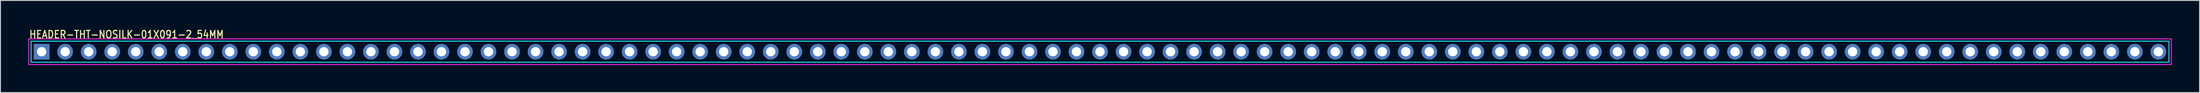
<source format=kicad_pcb>
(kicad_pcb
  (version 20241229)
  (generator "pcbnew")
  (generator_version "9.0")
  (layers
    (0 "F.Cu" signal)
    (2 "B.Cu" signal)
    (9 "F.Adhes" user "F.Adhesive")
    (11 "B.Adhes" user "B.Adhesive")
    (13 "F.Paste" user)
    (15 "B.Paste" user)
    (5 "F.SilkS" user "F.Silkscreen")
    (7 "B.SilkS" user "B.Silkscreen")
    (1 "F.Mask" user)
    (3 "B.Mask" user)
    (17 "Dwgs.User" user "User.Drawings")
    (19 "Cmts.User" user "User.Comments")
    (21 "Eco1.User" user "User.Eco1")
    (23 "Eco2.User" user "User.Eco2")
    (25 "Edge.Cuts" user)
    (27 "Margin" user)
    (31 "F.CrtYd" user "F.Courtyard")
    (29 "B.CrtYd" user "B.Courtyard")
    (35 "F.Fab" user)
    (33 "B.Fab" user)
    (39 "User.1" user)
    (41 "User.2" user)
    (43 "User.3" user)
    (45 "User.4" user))
  (footprint "HEADER-THT-NOSILK-01X091-2_54MM"
    (layer "F.Cu")
    (at 1.447 2.579)
    (property "Reference" "HEADER-THT-NOSILK-01X091-2_54MM" (at -1.4 -1.4 0) (unlocked yes) (layer "F.SilkS") (effects (font (size 0.813 0.695) (thickness 0.122)) (justify left bottom)))
    (fp_poly (pts (xy -1.143 -1.143) (xy 229.743 -1.143) (xy 229.743 1.143) (xy -1.143 1.143)) (stroke (width 0.1) (type solid)) (fill no) (layer "B.CrtYd"))
    (fp_poly (pts (xy -1.397 -1.397) (xy 229.997 -1.397) (xy 229.997 1.397) (xy -1.397 1.397)) (stroke (width 0.1) (type solid)) (fill no) (layer "F.CrtYd"))
    (pad "1" thru_hole rect (at 0 0) (size 1.693 1.693) (drill 1.016) (layers "*.Cu" "*.Mask"))
    (pad "2" thru_hole oval (at 2.54 0) (size 1.693 1.693) (drill 1.016) (layers "*.Cu" "*.Mask"))
    (pad "3" thru_hole oval (at 5.08 0) (size 1.693 1.693) (drill 1.016) (layers "*.Cu" "*.Mask"))
    (pad "4" thru_hole oval (at 7.62 0) (size 1.693 1.693) (drill 1.016) (layers "*.Cu" "*.Mask"))
    (pad "5" thru_hole oval (at 10.16 0) (size 1.693 1.693) (drill 1.016) (layers "*.Cu" "*.Mask"))
    (pad "6" thru_hole oval (at 12.7 0) (size 1.693 1.693) (drill 1.016) (layers "*.Cu" "*.Mask"))
    (pad "7" thru_hole oval (at 15.24 0) (size 1.693 1.693) (drill 1.016) (layers "*.Cu" "*.Mask"))
    (pad "8" thru_hole oval (at 17.78 0) (size 1.693 1.693) (drill 1.016) (layers "*.Cu" "*.Mask"))
    (pad "9" thru_hole oval (at 20.32 0) (size 1.693 1.693) (drill 1.016) (layers "*.Cu" "*.Mask"))
    (pad "10" thru_hole oval (at 22.86 0) (size 1.693 1.693) (drill 1.016) (layers "*.Cu" "*.Mask"))
    (pad "11" thru_hole oval (at 25.4 0) (size 1.693 1.693) (drill 1.016) (layers "*.Cu" "*.Mask"))
    (pad "12" thru_hole oval (at 27.94 0) (size 1.693 1.693) (drill 1.016) (layers "*.Cu" "*.Mask"))
    (pad "13" thru_hole oval (at 30.48 0) (size 1.693 1.693) (drill 1.016) (layers "*.Cu" "*.Mask"))
    (pad "14" thru_hole oval (at 33.02 0) (size 1.693 1.693) (drill 1.016) (layers "*.Cu" "*.Mask"))
    (pad "15" thru_hole oval (at 35.56 0) (size 1.693 1.693) (drill 1.016) (layers "*.Cu" "*.Mask"))
    (pad "16" thru_hole oval (at 38.1 0) (size 1.693 1.693) (drill 1.016) (layers "*.Cu" "*.Mask"))
    (pad "17" thru_hole oval (at 40.64 0) (size 1.693 1.693) (drill 1.016) (layers "*.Cu" "*.Mask"))
    (pad "18" thru_hole oval (at 43.18 0) (size 1.693 1.693) (drill 1.016) (layers "*.Cu" "*.Mask"))
    (pad "19" thru_hole oval (at 45.72 0) (size 1.693 1.693) (drill 1.016) (layers "*.Cu" "*.Mask"))
    (pad "20" thru_hole oval (at 48.26 0) (size 1.693 1.693) (drill 1.016) (layers "*.Cu" "*.Mask"))
    (pad "21" thru_hole oval (at 50.8 0) (size 1.693 1.693) (drill 1.016) (layers "*.Cu" "*.Mask"))
    (pad "22" thru_hole oval (at 53.34 0) (size 1.693 1.693) (drill 1.016) (layers "*.Cu" "*.Mask"))
    (pad "23" thru_hole oval (at 55.88 0) (size 1.693 1.693) (drill 1.016) (layers "*.Cu" "*.Mask"))
    (pad "24" thru_hole oval (at 58.42 0) (size 1.693 1.693) (drill 1.016) (layers "*.Cu" "*.Mask"))
    (pad "25" thru_hole oval (at 60.96 0) (size 1.693 1.693) (drill 1.016) (layers "*.Cu" "*.Mask"))
    (pad "26" thru_hole oval (at 63.5 0) (size 1.693 1.693) (drill 1.016) (layers "*.Cu" "*.Mask"))
    (pad "27" thru_hole oval (at 66.04 0) (size 1.693 1.693) (drill 1.016) (layers "*.Cu" "*.Mask"))
    (pad "28" thru_hole oval (at 68.58 0) (size 1.693 1.693) (drill 1.016) (layers "*.Cu" "*.Mask"))
    (pad "29" thru_hole oval (at 71.12 0) (size 1.693 1.693) (drill 1.016) (layers "*.Cu" "*.Mask"))
    (pad "30" thru_hole oval (at 73.66 0) (size 1.693 1.693) (drill 1.016) (layers "*.Cu" "*.Mask"))
    (pad "31" thru_hole oval (at 76.2 0) (size 1.693 1.693) (drill 1.016) (layers "*.Cu" "*.Mask"))
    (pad "32" thru_hole oval (at 78.74 0) (size 1.693 1.693) (drill 1.016) (layers "*.Cu" "*.Mask"))
    (pad "33" thru_hole oval (at 81.28 0) (size 1.693 1.693) (drill 1.016) (layers "*.Cu" "*.Mask"))
    (pad "34" thru_hole oval (at 83.82 0) (size 1.693 1.693) (drill 1.016) (layers "*.Cu" "*.Mask"))
    (pad "35" thru_hole oval (at 86.36 0) (size 1.693 1.693) (drill 1.016) (layers "*.Cu" "*.Mask"))
    (pad "36" thru_hole oval (at 88.9 0) (size 1.693 1.693) (drill 1.016) (layers "*.Cu" "*.Mask"))
    (pad "37" thru_hole oval (at 91.44 0) (size 1.693 1.693) (drill 1.016) (layers "*.Cu" "*.Mask"))
    (pad "38" thru_hole oval (at 93.98 0) (size 1.693 1.693) (drill 1.016) (layers "*.Cu" "*.Mask"))
    (pad "39" thru_hole oval (at 96.52 0) (size 1.693 1.693) (drill 1.016) (layers "*.Cu" "*.Mask"))
    (pad "40" thru_hole oval (at 99.06 0) (size 1.693 1.693) (drill 1.016) (layers "*.Cu" "*.Mask"))
    (pad "41" thru_hole oval (at 101.6 0) (size 1.693 1.693) (drill 1.016) (layers "*.Cu" "*.Mask"))
    (pad "42" thru_hole oval (at 104.14 0) (size 1.693 1.693) (drill 1.016) (layers "*.Cu" "*.Mask"))
    (pad "43" thru_hole oval (at 106.68 0) (size 1.693 1.693) (drill 1.016) (layers "*.Cu" "*.Mask"))
    (pad "44" thru_hole oval (at 109.22 0) (size 1.693 1.693) (drill 1.016) (layers "*.Cu" "*.Mask"))
    (pad "45" thru_hole oval (at 111.76 0) (size 1.693 1.693) (drill 1.016) (layers "*.Cu" "*.Mask"))
    (pad "46" thru_hole oval (at 114.3 0) (size 1.693 1.693) (drill 1.016) (layers "*.Cu" "*.Mask"))
    (pad "47" thru_hole oval (at 116.84 0) (size 1.693 1.693) (drill 1.016) (layers "*.Cu" "*.Mask"))
    (pad "48" thru_hole oval (at 119.38 0) (size 1.693 1.693) (drill 1.016) (layers "*.Cu" "*.Mask"))
    (pad "49" thru_hole oval (at 121.92 0) (size 1.693 1.693) (drill 1.016) (layers "*.Cu" "*.Mask"))
    (pad "50" thru_hole oval (at 124.46 0) (size 1.693 1.693) (drill 1.016) (layers "*.Cu" "*.Mask"))
    (pad "51" thru_hole oval (at 127 0) (size 1.693 1.693) (drill 1.016) (layers "*.Cu" "*.Mask"))
    (pad "52" thru_hole oval (at 129.54 0) (size 1.693 1.693) (drill 1.016) (layers "*.Cu" "*.Mask"))
    (pad "53" thru_hole oval (at 132.08 0) (size 1.693 1.693) (drill 1.016) (layers "*.Cu" "*.Mask"))
    (pad "54" thru_hole oval (at 134.62 0) (size 1.693 1.693) (drill 1.016) (layers "*.Cu" "*.Mask"))
    (pad "55" thru_hole oval (at 137.16 0) (size 1.693 1.693) (drill 1.016) (layers "*.Cu" "*.Mask"))
    (pad "56" thru_hole oval (at 139.7 0) (size 1.693 1.693) (drill 1.016) (layers "*.Cu" "*.Mask"))
    (pad "57" thru_hole oval (at 142.24 0) (size 1.693 1.693) (drill 1.016) (layers "*.Cu" "*.Mask"))
    (pad "58" thru_hole oval (at 144.78 0) (size 1.693 1.693) (drill 1.016) (layers "*.Cu" "*.Mask"))
    (pad "59" thru_hole oval (at 147.32 0) (size 1.693 1.693) (drill 1.016) (layers "*.Cu" "*.Mask"))
    (pad "60" thru_hole oval (at 149.86 0) (size 1.693 1.693) (drill 1.016) (layers "*.Cu" "*.Mask"))
    (pad "61" thru_hole oval (at 152.4 0) (size 1.693 1.693) (drill 1.016) (layers "*.Cu" "*.Mask"))
    (pad "62" thru_hole oval (at 154.94 0) (size 1.693 1.693) (drill 1.016) (layers "*.Cu" "*.Mask"))
    (pad "63" thru_hole oval (at 157.48 0) (size 1.693 1.693) (drill 1.016) (layers "*.Cu" "*.Mask"))
    (pad "64" thru_hole oval (at 160.02 0) (size 1.693 1.693) (drill 1.016) (layers "*.Cu" "*.Mask"))
    (pad "65" thru_hole oval (at 162.56 0) (size 1.693 1.693) (drill 1.016) (layers "*.Cu" "*.Mask"))
    (pad "66" thru_hole oval (at 165.1 0) (size 1.693 1.693) (drill 1.016) (layers "*.Cu" "*.Mask"))
    (pad "67" thru_hole oval (at 167.64 0) (size 1.693 1.693) (drill 1.016) (layers "*.Cu" "*.Mask"))
    (pad "68" thru_hole oval (at 170.18 0) (size 1.693 1.693) (drill 1.016) (layers "*.Cu" "*.Mask"))
    (pad "69" thru_hole oval (at 172.72 0) (size 1.693 1.693) (drill 1.016) (layers "*.Cu" "*.Mask"))
    (pad "70" thru_hole oval (at 175.26 0) (size 1.693 1.693) (drill 1.016) (layers "*.Cu" "*.Mask"))
    (pad "71" thru_hole oval (at 177.8 0) (size 1.693 1.693) (drill 1.016) (layers "*.Cu" "*.Mask"))
    (pad "72" thru_hole oval (at 180.34 0) (size 1.693 1.693) (drill 1.016) (layers "*.Cu" "*.Mask"))
    (pad "73" thru_hole oval (at 182.88 0) (size 1.693 1.693) (drill 1.016) (layers "*.Cu" "*.Mask"))
    (pad "74" thru_hole oval (at 185.42 0) (size 1.693 1.693) (drill 1.016) (layers "*.Cu" "*.Mask"))
    (pad "75" thru_hole oval (at 187.96 0) (size 1.693 1.693) (drill 1.016) (layers "*.Cu" "*.Mask"))
    (pad "76" thru_hole oval (at 190.5 0) (size 1.693 1.693) (drill 1.016) (layers "*.Cu" "*.Mask"))
    (pad "77" thru_hole oval (at 193.04 0) (size 1.693 1.693) (drill 1.016) (layers "*.Cu" "*.Mask"))
    (pad "78" thru_hole oval (at 195.58 0) (size 1.693 1.693) (drill 1.016) (layers "*.Cu" "*.Mask"))
    (pad "79" thru_hole oval (at 198.12 0) (size 1.693 1.693) (drill 1.016) (layers "*.Cu" "*.Mask"))
    (pad "80" thru_hole oval (at 200.66 0) (size 1.693 1.693) (drill 1.016) (layers "*.Cu" "*.Mask"))
    (pad "81" thru_hole oval (at 203.2 0) (size 1.693 1.693) (drill 1.016) (layers "*.Cu" "*.Mask"))
    (pad "82" thru_hole oval (at 205.74 0) (size 1.693 1.693) (drill 1.016) (layers "*.Cu" "*.Mask"))
    (pad "83" thru_hole oval (at 208.28 0) (size 1.693 1.693) (drill 1.016) (layers "*.Cu" "*.Mask"))
    (pad "84" thru_hole oval (at 210.82 0) (size 1.693 1.693) (drill 1.016) (layers "*.Cu" "*.Mask"))
    (pad "85" thru_hole oval (at 213.36 0) (size 1.693 1.693) (drill 1.016) (layers "*.Cu" "*.Mask"))
    (pad "86" thru_hole oval (at 215.9 0) (size 1.693 1.693) (drill 1.016) (layers "*.Cu" "*.Mask"))
    (pad "87" thru_hole oval (at 218.44 0) (size 1.693 1.693) (drill 1.016) (layers "*.Cu" "*.Mask"))
    (pad "88" thru_hole oval (at 220.98 0) (size 1.693 1.693) (drill 1.016) (layers "*.Cu" "*.Mask"))
    (pad "89" thru_hole oval (at 223.52 0) (size 1.693 1.693) (drill 1.016) (layers "*.Cu" "*.Mask"))
    (pad "90" thru_hole oval (at 226.06 0) (size 1.693 1.693) (drill 1.016) (layers "*.Cu" "*.Mask"))
    (pad "91" thru_hole oval (at 228.6 0) (size 1.693 1.693) (drill 1.016) (layers "*.Cu" "*.Mask")))
  (gr_rect
    (start -3 -3)
    (end 234.494 7.026)
    (stroke (width 0.1) (type default))
    (fill no)
    (layer "Edge.Cuts")))
</source>
